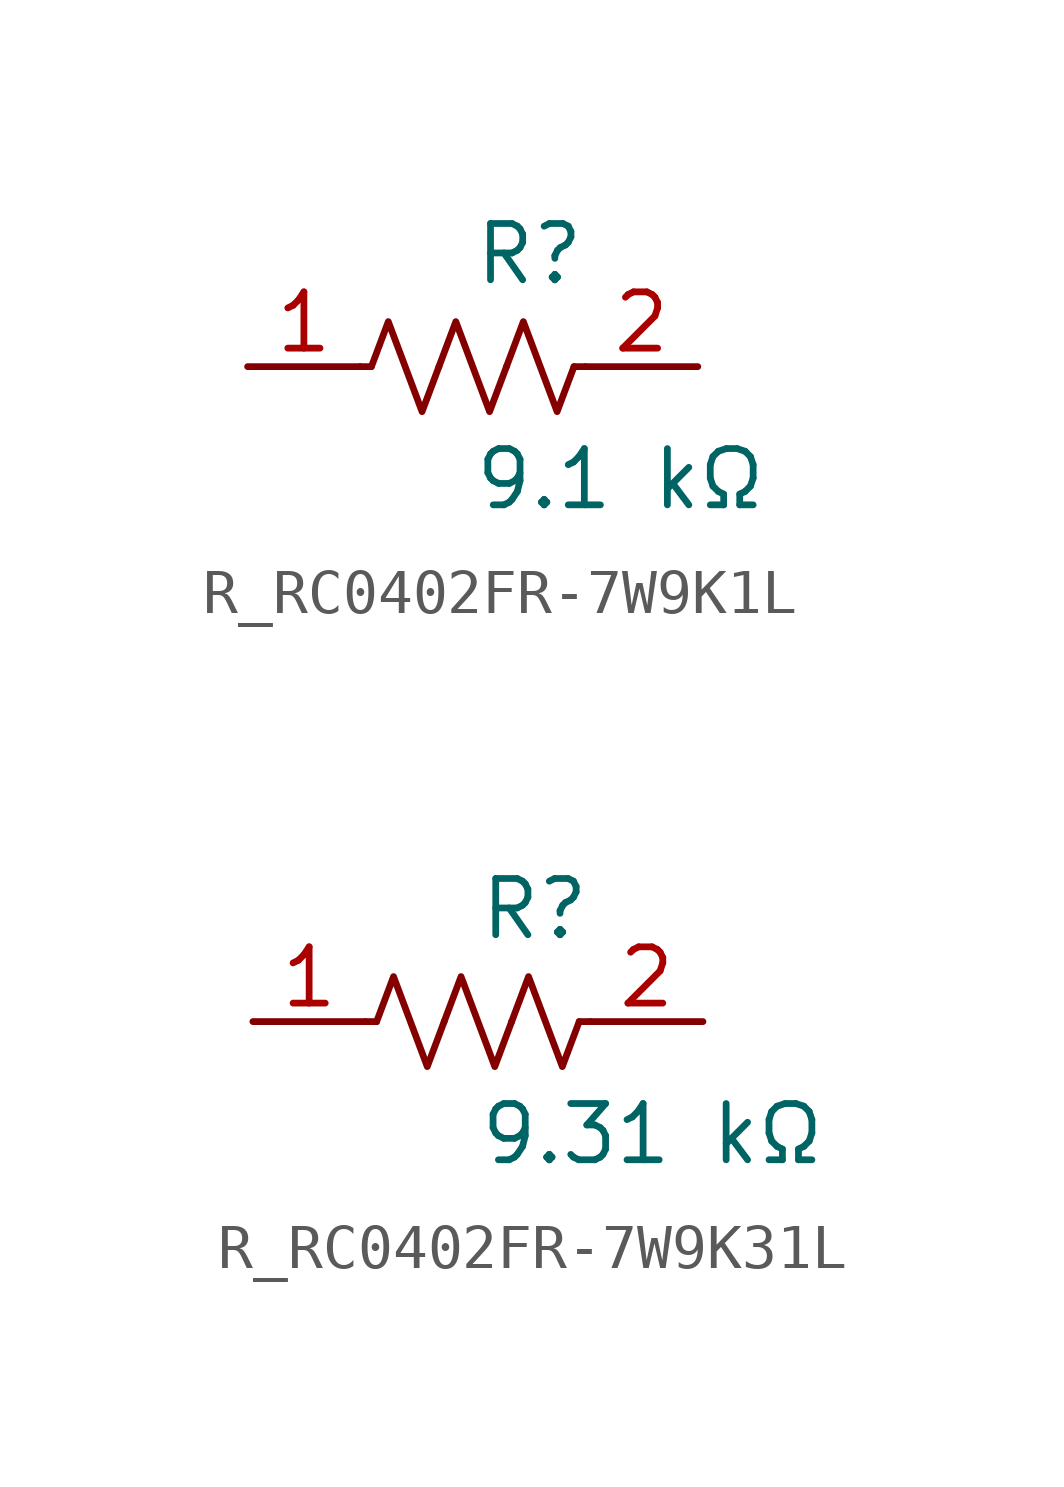
<source format=kicad_sym>
(kicad_symbol_lib
  (version 20231120)
  (generator kicad_symbol_editor)
  (generator_version 8.0)
  (symbol "R_RC0402FR-7W9K1L"
    (pin_names
      (offset 0.254))
    (property "Reference" "R"
      (at 0 2.54 0)
      (effects (font (size 1.27 1.27)) (justify left)))
    (property "Value" "9.1 kΩ"
      (at 0 -2.54 0)
      (effects (font (size 1.27 1.27)) (justify left)))
    (symbol "R_RC0402FR-7W9K1L_0_1"
      (polyline (pts (xy 2.286 0) (xy 2.54 0)) (stroke (width 0) (type default)) (fill (type none)))
      (polyline (pts (xy -2.286 0) (xy -2.54 0)) (stroke (width 0) (type default)) (fill (type none)))
      (polyline (pts (xy 0.762 0) (xy 1.143 1.016) (xy 1.524 0) (xy 1.905 -1.016) (xy 2.286 0)) (stroke (width 0) (type default)) (fill (type none)))
      (polyline (pts (xy -0.762 0) (xy -0.381 1.016) (xy 0 0) (xy 0.381 -1.016) (xy 0.762 0)) (stroke (width 0) (type default)) (fill (type none)))
      (polyline (pts (xy -2.286 0) (xy -1.905 1.016) (xy -1.524 0) (xy -1.143 -1.016) (xy -0.762 0)) (stroke (width 0) (type default)) (fill (type none))))
    (pin passive line
      (at -5.08 0 0)
      (length 2.54)
      (name "" (effects (font (size 1.27 1.27))))
      (number "1" (effects (font (size 1.27 1.27)))))
    (pin passive line
      (at 5.08 0 180)
      (length 2.54)
      (name "" (effects (font (size 1.27 1.27))))
      (number "2" (effects (font (size 1.27 1.27))))))
  (symbol "R_RC0402FR-7W9K31L"
    (pin_names
      (offset 0.254))
    (property "Reference" "R"
      (at 0 2.54 0)
      (effects (font (size 1.27 1.27)) (justify left)))
    (property "Value" "9.31 kΩ"
      (at 0 -2.54 0)
      (effects (font (size 1.27 1.27)) (justify left)))
    (symbol "R_RC0402FR-7W9K31L_0_1"
      (polyline (pts (xy 2.286 0) (xy 2.54 0)) (stroke (width 0) (type default)) (fill (type none)))
      (polyline (pts (xy -2.286 0) (xy -2.54 0)) (stroke (width 0) (type default)) (fill (type none)))
      (polyline (pts (xy 0.762 0) (xy 1.143 1.016) (xy 1.524 0) (xy 1.905 -1.016) (xy 2.286 0)) (stroke (width 0) (type default)) (fill (type none)))
      (polyline (pts (xy -0.762 0) (xy -0.381 1.016) (xy 0 0) (xy 0.381 -1.016) (xy 0.762 0)) (stroke (width 0) (type default)) (fill (type none)))
      (polyline (pts (xy -2.286 0) (xy -1.905 1.016) (xy -1.524 0) (xy -1.143 -1.016) (xy -0.762 0)) (stroke (width 0) (type default)) (fill (type none))))
    (pin passive line
      (at -5.08 0 0)
      (length 2.54)
      (name "" (effects (font (size 1.27 1.27))))
      (number "1" (effects (font (size 1.27 1.27)))))
    (pin passive line
      (at 5.08 0 180)
      (length 2.54)
      (name "" (effects (font (size 1.27 1.27))))
      (number "2" (effects (font (size 1.27 1.27)))))))
</source>
